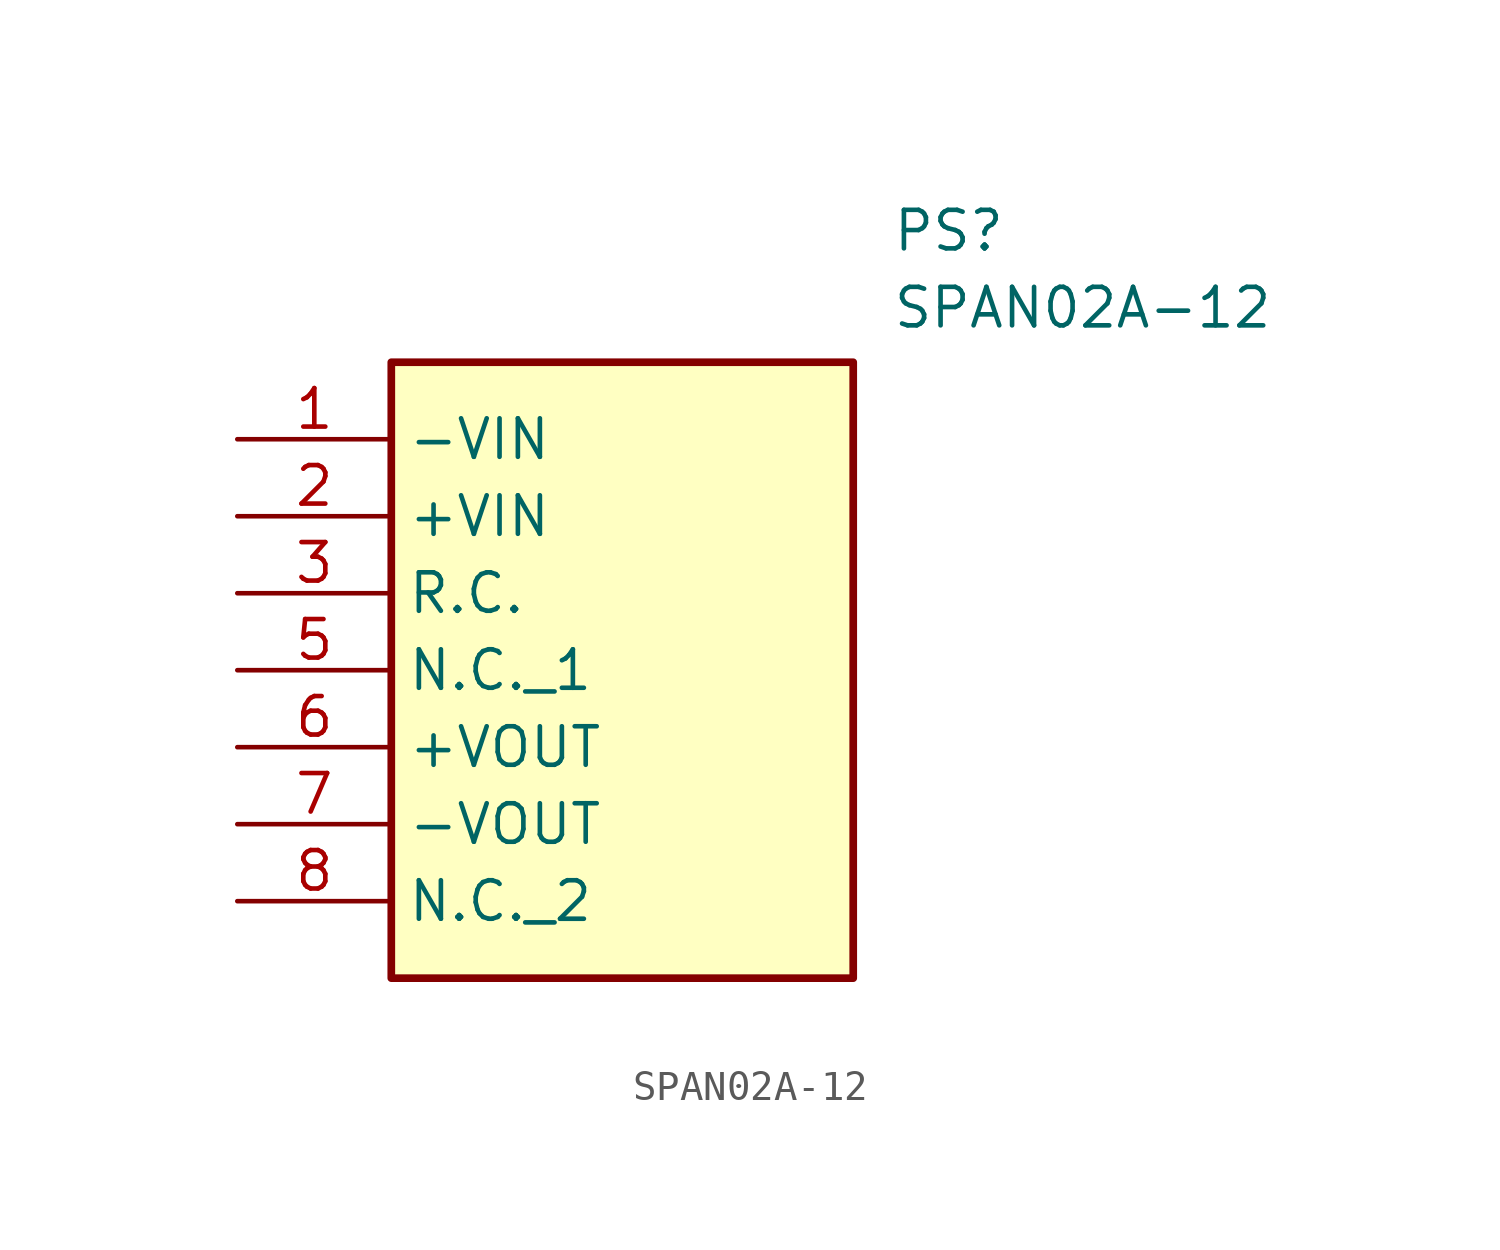
<source format=kicad_sym>
(kicad_symbol_lib
  (version 20211014)
  (generator SamacSys_ECAD_Model)
  (symbol "SPAN02A-12"
    (property "Reference" "PS"
      (at 21.59 7.62 0)
      (effects (font (size 1.27 1.27)) (justify left top)))
    (property "Value" "SPAN02A-12"
      (at 21.59 5.08 0)
      (effects (font (size 1.27 1.27)) (justify left top)))
    (rectangle
      (start 5.08 2.54)
      (end 20.32 -17.78)
      (stroke (width 0.254) (type default))
      (fill (type background)))
    (pin passive line
      (at 0 0 0)
      (length 5.08)
      (name "-VIN" (effects (font (size 1.27 1.27))))
      (number "1" (effects (font (size 1.27 1.27)))))
    (pin passive line
      (at 0 -2.54 0)
      (length 5.08)
      (name "+VIN" (effects (font (size 1.27 1.27))))
      (number "2" (effects (font (size 1.27 1.27)))))
    (pin passive line
      (at 0 -5.08 0)
      (length 5.08)
      (name "R.C." (effects (font (size 1.27 1.27))))
      (number "3" (effects (font (size 1.27 1.27)))))
    (pin passive line
      (at 0 -7.62 0)
      (length 5.08)
      (name "N.C._1" (effects (font (size 1.27 1.27))))
      (number "5" (effects (font (size 1.27 1.27)))))
    (pin passive line
      (at 0 -10.16 0)
      (length 5.08)
      (name "+VOUT" (effects (font (size 1.27 1.27))))
      (number "6" (effects (font (size 1.27 1.27)))))
    (pin passive line
      (at 0 -12.7 0)
      (length 5.08)
      (name "-VOUT" (effects (font (size 1.27 1.27))))
      (number "7" (effects (font (size 1.27 1.27)))))
    (pin passive line
      (at 0 -15.24 0)
      (length 5.08)
      (name "N.C._2" (effects (font (size 1.27 1.27))))
      (number "8" (effects (font (size 1.27 1.27)))))))
</source>
